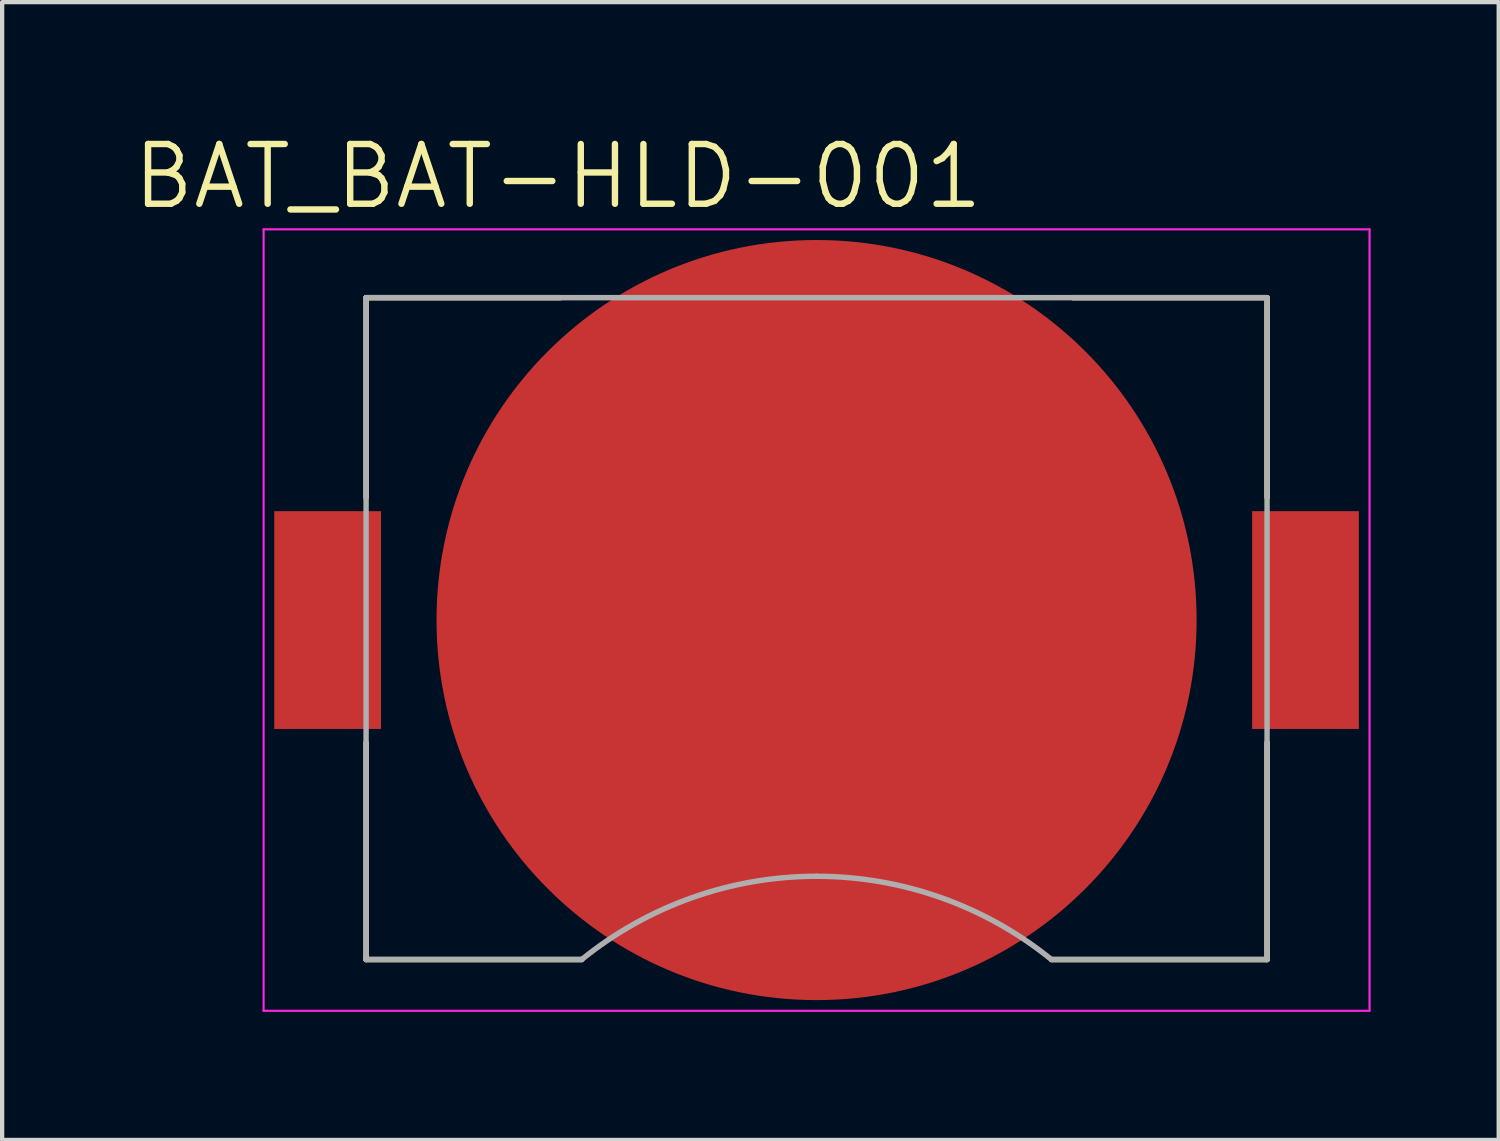
<source format=kicad_pcb>
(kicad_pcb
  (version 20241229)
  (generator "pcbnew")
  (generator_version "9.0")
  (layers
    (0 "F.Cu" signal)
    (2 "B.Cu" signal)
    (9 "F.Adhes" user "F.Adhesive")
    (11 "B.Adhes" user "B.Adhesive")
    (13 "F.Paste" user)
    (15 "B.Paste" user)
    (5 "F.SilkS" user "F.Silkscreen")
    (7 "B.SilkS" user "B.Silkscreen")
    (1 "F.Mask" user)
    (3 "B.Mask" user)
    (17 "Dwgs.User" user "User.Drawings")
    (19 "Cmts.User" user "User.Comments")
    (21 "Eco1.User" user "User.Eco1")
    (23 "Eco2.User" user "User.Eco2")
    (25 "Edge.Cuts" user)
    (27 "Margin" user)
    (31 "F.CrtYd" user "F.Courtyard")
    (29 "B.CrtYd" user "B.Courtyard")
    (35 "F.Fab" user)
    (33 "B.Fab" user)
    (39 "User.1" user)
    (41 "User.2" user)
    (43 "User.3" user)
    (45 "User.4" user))
  (footprint "BAT_BAT-HLD-001"
    (layer "F.Cu")
    (at 16.073 11.471)
    (property "Reference" "BAT_BAT-HLD-001" (at -6.055 -10.389 0) (layer "F.SilkS") (effects (font (size 1.4 1.4) (thickness 0.15))))
    (attr smd)
    (fp_line (start -10.55 -7.55) (end -6 -7.55) (stroke (width 0.127) (type solid)) (layer "F.SilkS"))
    (fp_line (start -10.55 -2.87) (end -10.55 -7.55) (stroke (width 0.127) (type solid)) (layer "F.SilkS"))
    (fp_line (start -10.55 2.87) (end -10.55 7.95) (stroke (width 0.127) (type solid)) (layer "F.SilkS"))
    (fp_line (start -10.55 7.95) (end -5.5 7.95) (stroke (width 0.127) (type solid)) (layer "F.SilkS"))
    (fp_line (start 5.5 7.95) (end 10.55 7.95) (stroke (width 0.127) (type solid)) (layer "F.SilkS"))
    (fp_line (start 6 -7.55) (end 10.55 -7.55) (stroke (width 0.127) (type solid)) (layer "F.SilkS"))
    (fp_line (start 10.55 -7.55) (end 10.55 -2.87) (stroke (width 0.127) (type solid)) (layer "F.SilkS"))
    (fp_line (start 10.55 7.95) (end 10.55 2.87) (stroke (width 0.127) (type solid)) (layer "F.SilkS"))
    (fp_line (start -12.95 -9.15) (end 12.95 -9.15) (stroke (width 0.05) (type solid)) (layer "F.CrtYd"))
    (fp_line (start -12.95 9.15) (end -12.95 -9.15) (stroke (width 0.05) (type solid)) (layer "F.CrtYd"))
    (fp_line (start 12.95 -9.15) (end 12.95 9.15) (stroke (width 0.05) (type solid)) (layer "F.CrtYd"))
    (fp_line (start 12.95 9.15) (end -12.95 9.15) (stroke (width 0.05) (type solid)) (layer "F.CrtYd"))
    (fp_line (start -10.55 -7.55) (end 10.55 -7.55) (stroke (width 0.127) (type solid)) (layer "F.Fab"))
    (fp_line (start -10.55 7.95) (end -10.55 -7.55) (stroke (width 0.127) (type solid)) (layer "F.Fab"))
    (fp_line (start -5.5 7.95) (end -10.55 7.95) (stroke (width 0.127) (type solid)) (layer "F.Fab"))
    (fp_line (start 10.55 -7.55) (end 10.55 7.95) (stroke (width 0.127) (type solid)) (layer "F.Fab"))
    (fp_line (start 10.55 7.95) (end 5.5 7.95) (stroke (width 0.127) (type solid)) (layer "F.Fab"))
    (fp_arc (start -5.5 7.95) (mid -2.917726 6.501926) (end 0 6) (stroke (width 0.127) (type solid)) (layer "F.Fab"))
    (fp_arc (start 0 6) (mid 2.917726 6.501926) (end 5.5 7.95) (stroke (width 0.127) (type solid)) (layer "F.Fab"))
    (pad "N1" smd circle (at 0 0) (size 17.8 17.8) (layers "F.Cu" "F.Mask"))
    (pad "P1" smd rect (at -11.45 0) (size 2.5 5.1) (layers "F.Cu" "F.Mask" "F.Paste"))
    (pad "P2" smd rect (at 11.45 0) (size 2.5 5.1) (layers "F.Cu" "F.Mask" "F.Paste")))
  (gr_rect
    (start -3 -3)
    (end 32.048 23.646)
    (stroke (width 0.1) (type default))
    (fill no)
    (layer "Edge.Cuts")))
</source>
